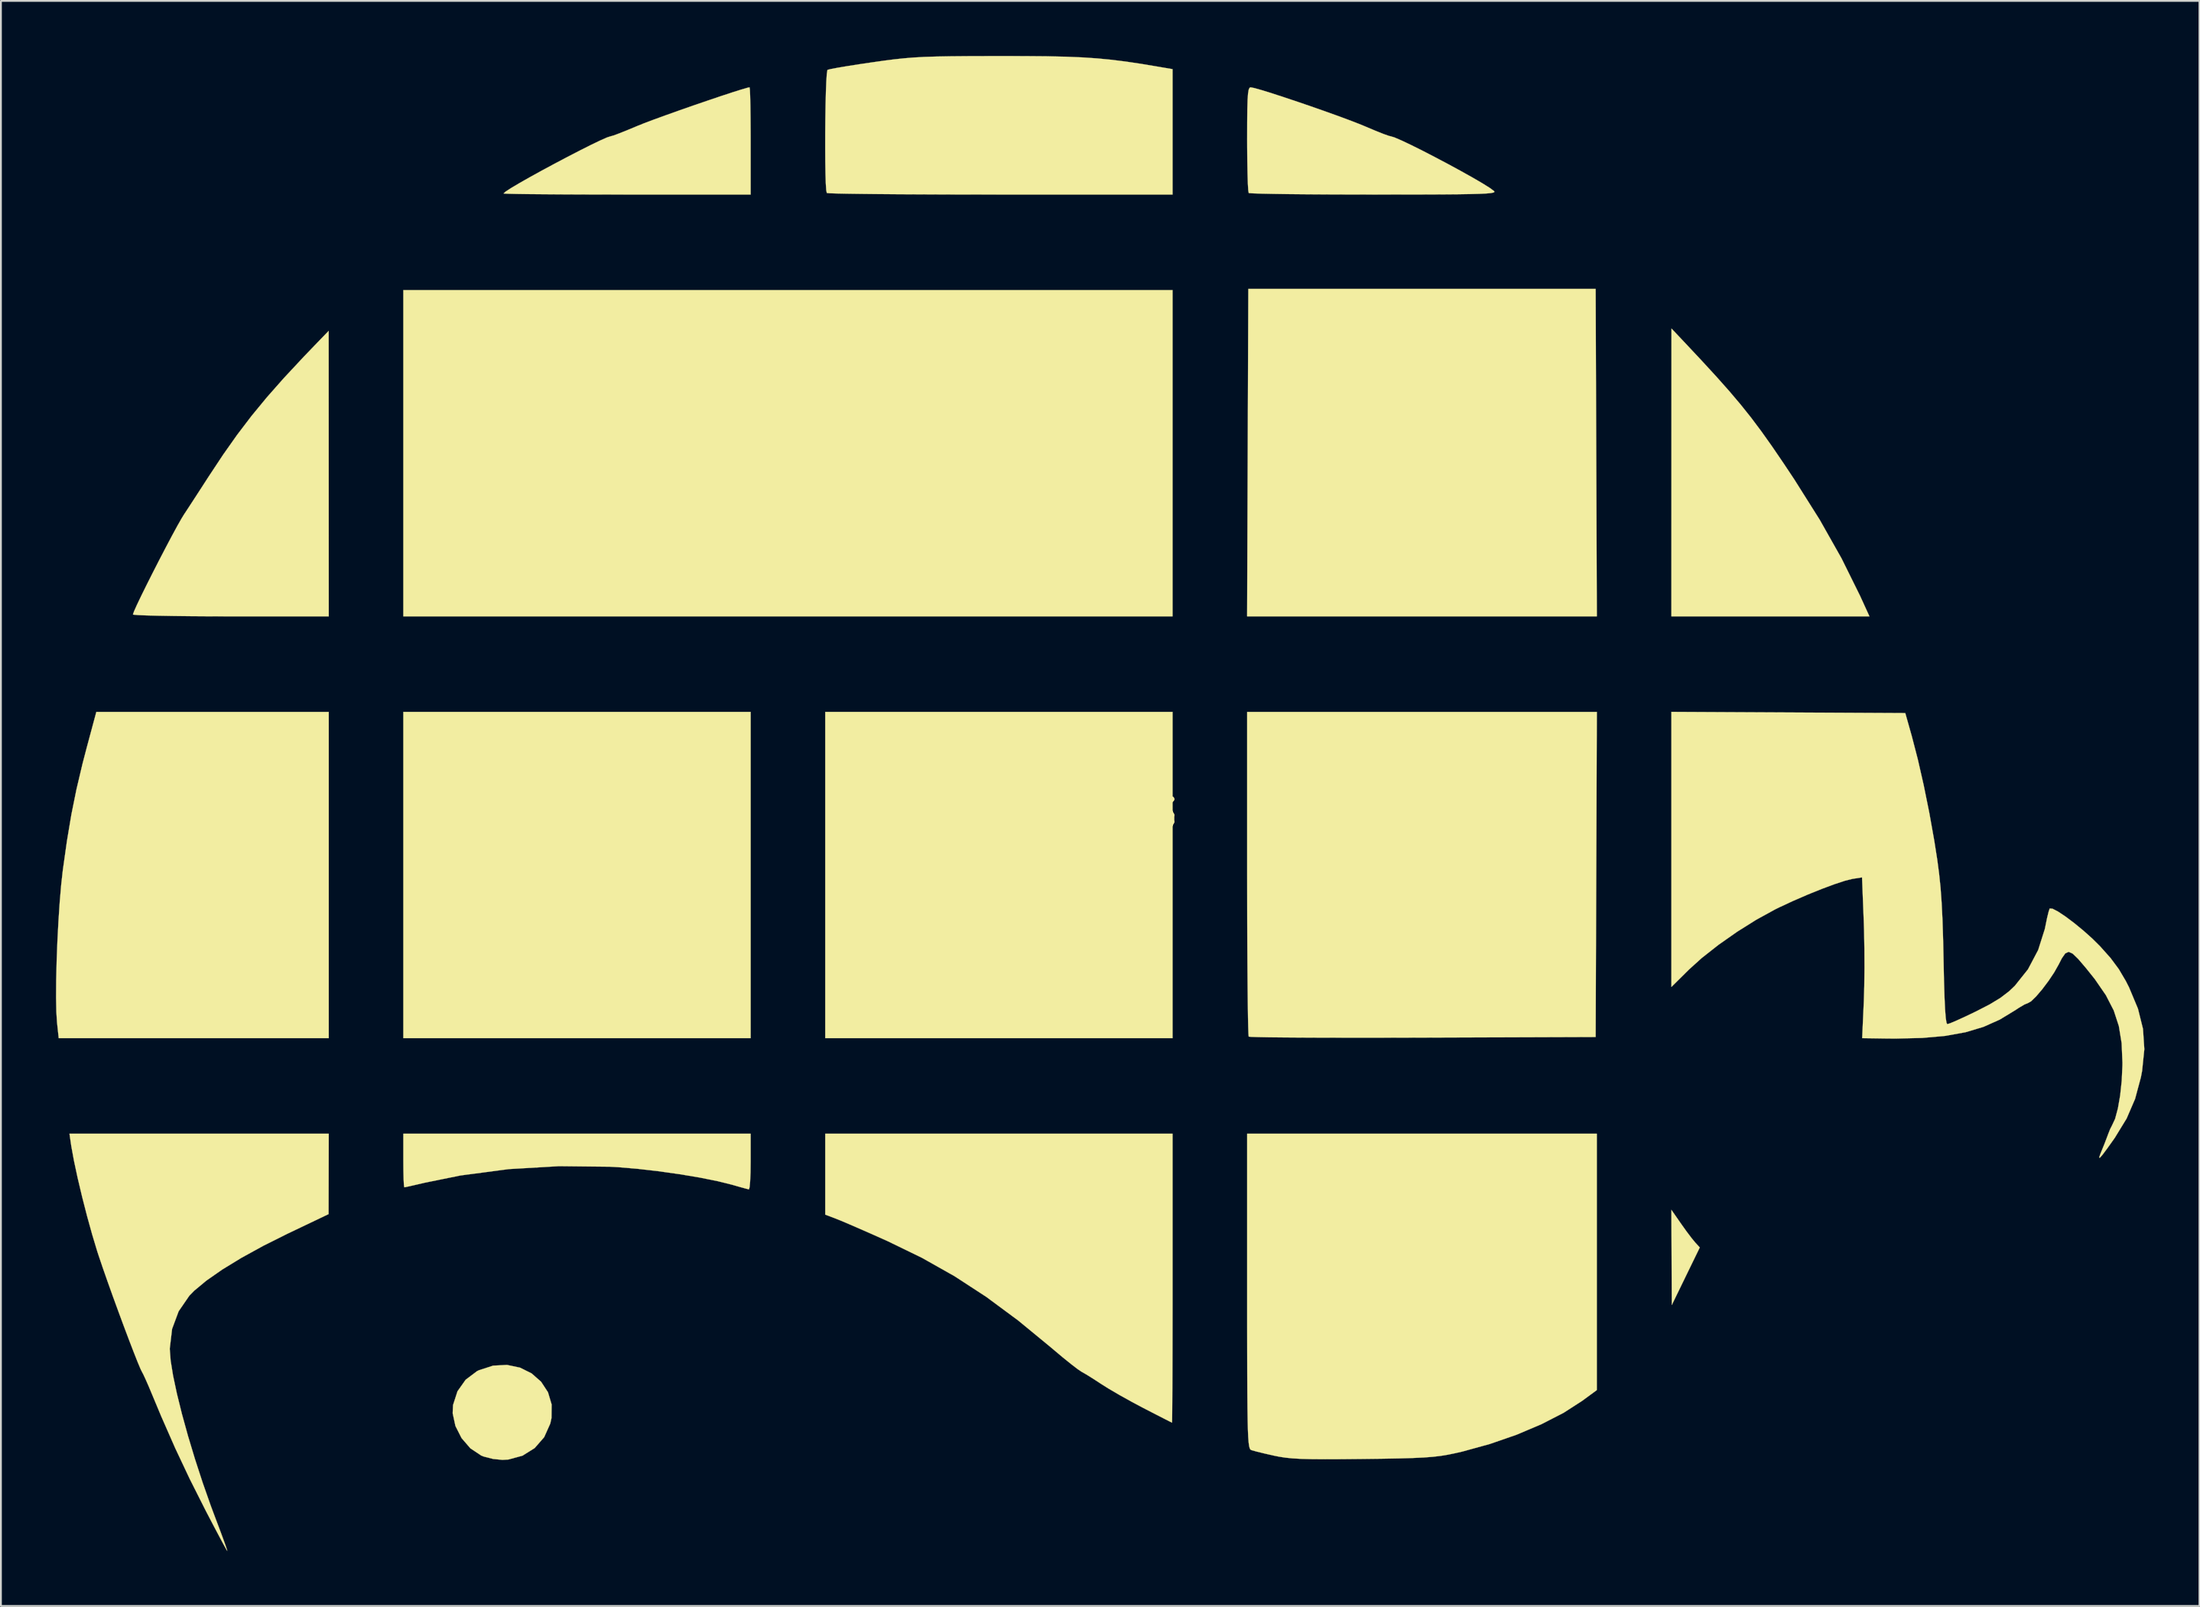
<source format=kicad_pcb>
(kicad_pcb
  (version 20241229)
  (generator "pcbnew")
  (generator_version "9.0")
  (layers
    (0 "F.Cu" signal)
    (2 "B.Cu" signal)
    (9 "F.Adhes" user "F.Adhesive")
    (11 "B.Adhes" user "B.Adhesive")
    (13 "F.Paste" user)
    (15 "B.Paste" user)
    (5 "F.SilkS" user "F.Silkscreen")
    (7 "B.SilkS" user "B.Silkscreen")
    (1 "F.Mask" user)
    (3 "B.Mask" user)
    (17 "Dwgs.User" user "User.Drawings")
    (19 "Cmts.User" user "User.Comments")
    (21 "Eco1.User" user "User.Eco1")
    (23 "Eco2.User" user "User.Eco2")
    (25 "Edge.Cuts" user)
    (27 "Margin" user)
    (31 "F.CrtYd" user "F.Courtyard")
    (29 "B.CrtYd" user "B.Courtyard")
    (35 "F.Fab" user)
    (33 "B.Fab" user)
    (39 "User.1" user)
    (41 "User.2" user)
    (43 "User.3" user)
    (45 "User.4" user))
  (footprint "biglogo3"
    (layer "F.Cu")
    (at 56.136 41.333)
    (property "Reference" "biglogo3" (at 0 0 0) (layer "F.SilkS") (effects (font (size 1.524 1.524) (thickness 0.3))))
    (attr through_hole)
    (fp_poly (pts (xy -18.288 12.192) (xy -37.211 12.192) (xy -37.211 -5.588) (xy -18.288 -5.588) (xy -18.288 12.192)) (stroke (width 0.01) (type solid)) (fill yes) (layer "F.SilkS"))
    (fp_poly (pts (xy 4.699 -10.795) (xy -37.211 -10.795) (xy -37.211 -28.575) (xy 4.699 -28.575) (xy 4.699 -10.795)) (stroke (width 0.01) (type solid)) (fill yes) (layer "F.SilkS"))
    (fp_poly (pts (xy 4.699 12.192) (xy -14.224 12.192) (xy -14.224 -5.588) (xy 4.699 -5.588) (xy 4.699 12.192)) (stroke (width 0.01) (type solid)) (fill yes) (layer "F.SilkS"))
    (fp_poly (pts (xy 27.782 -19.717) (xy 27.815 -10.795) (xy 8.761 -10.795) (xy 8.826 -28.639) (xy 27.75 -28.639) (xy 27.782 -19.717)) (stroke (width 0.01) (type solid)) (fill yes) (layer "F.SilkS"))
    (fp_poly (pts (xy 32.399 22.299) (xy 32.698 22.719) (xy 32.978 23.089) (xy 33.172 23.325) (xy 33.423 23.599) (xy 32.661 25.166) (xy 31.899 26.733) (xy 31.888 24.141) (xy 31.877 21.548) (xy 32.399 22.299)) (stroke (width 0.01) (type solid)) (fill yes) (layer "F.SilkS"))
    (fp_poly (pts (xy 32.546 -25.776) (xy 33.51 -24.748) (xy 34.327 -23.859) (xy 35.03 -23.068) (xy 35.651 -22.334) (xy 36.224 -21.617) (xy 36.78 -20.874) (xy 37.354 -20.066) (xy 37.977 -19.152) (xy 38.576 -18.251) (xy 39.957 -16.059) (xy 41.145 -13.956) (xy 42.162 -11.9) (xy 42.217 -11.779) (xy 42.666 -10.795) (xy 31.877 -10.795) (xy 31.882 -26.48) (xy 32.546 -25.776)) (stroke (width 0.01) (type solid)) (fill yes) (layer "F.SilkS"))
    (fp_poly (pts (xy -41.275 12.192) (xy -55.987 12.192) (xy -56.079 11.335) (xy -56.116 10.761) (xy -56.131 9.983) (xy -56.125 9.053) (xy -56.1 8.018) (xy -56.059 6.93) (xy -56.002 5.837) (xy -55.933 4.79) (xy -55.852 3.838) (xy -55.764 3.045) (xy -55.538 1.441) (xy -55.296 -0.001) (xy -55.019 -1.371) (xy -54.69 -2.762) (xy -54.458 -3.651) (xy -53.937 -5.588) (xy -41.275 -5.588) (xy -41.275 12.192)) (stroke (width 0.01) (type solid)) (fill yes) (layer "F.SilkS"))
    (fp_poly (pts (xy 27.75 12.129) (xy 18.342 12.161) (xy 16.818 12.165) (xy 15.369 12.167) (xy 14.014 12.166) (xy 12.774 12.164) (xy 11.667 12.159) (xy 10.715 12.152) (xy 9.937 12.144) (xy 9.353 12.133) (xy 8.984 12.121) (xy 8.848 12.108) (xy 8.834 11.97) (xy 8.821 11.599) (xy 8.808 11.014) (xy 8.797 10.238) (xy 8.787 9.291) (xy 8.778 8.193) (xy 8.771 6.965) (xy 8.766 5.629) (xy 8.764 4.203) (xy 8.763 3.217) (xy 8.763 -5.588) (xy 27.815 -5.588) (xy 27.75 12.129)) (stroke (width 0.01) (type solid)) (fill yes) (layer "F.SilkS"))
    (fp_poly (pts (xy -30.853 30.148) (xy -30.223 30.461) (xy -29.705 30.916) (xy -29.33 31.489) (xy -29.131 32.156) (xy -29.139 32.893) (xy -29.206 33.197) (xy -29.537 33.936) (xy -30.054 34.529) (xy -30.718 34.945) (xy -31.488 35.154) (xy -31.814 35.173) (xy -32.319 35.123) (xy -32.821 34.995) (xy -32.965 34.939) (xy -33.558 34.545) (xy -34.039 33.986) (xy -34.373 33.327) (xy -34.523 32.631) (xy -34.503 32.185) (xy -34.261 31.435) (xy -33.816 30.806) (xy -33.2 30.342) (xy -33.099 30.291) (xy -32.322 30.039) (xy -31.563 29.999) (xy -30.853 30.148)) (stroke (width 0.01) (type solid)) (fill yes) (layer "F.SilkS"))
    (fp_poly (pts (xy -18.288 18.923) (xy -18.295 19.51) (xy -18.316 19.989) (xy -18.346 20.313) (xy -18.382 20.433) (xy -18.383 20.433) (xy -18.546 20.392) (xy -18.879 20.301) (xy -19.304 20.179) (xy -20.089 19.984) (xy -21.061 19.789) (xy -22.155 19.606) (xy -23.304 19.444) (xy -24.441 19.313) (xy -25.501 19.223) (xy -25.949 19.198) (xy -28.731 19.168) (xy -31.465 19.328) (xy -34.102 19.676) (xy -36.046 20.07) (xy -36.531 20.183) (xy -36.912 20.27) (xy -37.13 20.316) (xy -37.158 20.32) (xy -37.179 20.201) (xy -37.196 19.879) (xy -37.207 19.403) (xy -37.211 18.86) (xy -37.211 17.399) (xy -18.288 17.399) (xy -18.288 18.923)) (stroke (width 0.01) (type solid)) (fill yes) (layer "F.SilkS"))
    (fp_poly (pts (xy -41.277 -18.574) (xy -41.275 -10.795) (xy -46.609 -10.795) (xy -47.745 -10.797) (xy -48.799 -10.804) (xy -49.743 -10.815) (xy -50.553 -10.829) (xy -51.201 -10.845) (xy -51.661 -10.865) (xy -51.908 -10.886) (xy -51.943 -10.897) (xy -51.886 -11.062) (xy -51.73 -11.412) (xy -51.494 -11.907) (xy -51.198 -12.507) (xy -50.862 -13.175) (xy -50.507 -13.869) (xy -50.152 -14.552) (xy -49.818 -15.183) (xy -49.524 -15.724) (xy -49.291 -16.134) (xy -49.174 -16.325) (xy -48.899 -16.744) (xy -48.538 -17.299) (xy -48.14 -17.913) (xy -47.816 -18.415) (xy -47.026 -19.609) (xy -46.262 -20.692) (xy -45.482 -21.716) (xy -44.646 -22.731) (xy -43.712 -23.789) (xy -42.639 -24.939) (xy -42.198 -25.399) (xy -41.279 -26.352) (xy -41.277 -18.574)) (stroke (width 0.01) (type solid)) (fill yes) (layer "F.SilkS"))
    (fp_poly (pts (xy 4.699 25.273) (xy 4.699 26.661) (xy 4.697 27.971) (xy 4.695 29.181) (xy 4.692 30.27) (xy 4.688 31.216) (xy 4.684 31.998) (xy 4.679 32.593) (xy 4.674 32.981) (xy 4.668 33.14) (xy 4.667 33.142) (xy 4.549 33.086) (xy 4.248 32.933) (xy 3.806 32.707) (xy 3.265 32.428) (xy 3.111 32.349) (xy 2.462 32.003) (xy 1.815 31.643) (xy 1.246 31.311) (xy 0.829 31.05) (xy 0.826 31.048) (xy 0.396 30.767) (xy 0.007 30.524) (xy -0.254 30.374) (xy -0.466 30.233) (xy -0.822 29.96) (xy -1.277 29.593) (xy -1.786 29.166) (xy -1.905 29.064) (xy -3.706 27.582) (xy -5.446 26.294) (xy -7.177 25.166) (xy -8.951 24.165) (xy -10.818 23.257) (xy -10.858 23.239) (xy -11.59 22.912) (xy -12.285 22.606) (xy -12.893 22.342) (xy -13.363 22.142) (xy -13.621 22.038) (xy -14.224 21.809) (xy -14.224 17.399) (xy 4.699 17.399) (xy 4.699 25.273)) (stroke (width 0.01) (type solid)) (fill yes) (layer "F.SilkS"))
    (fp_poly (pts (xy 27.813 31.37) (xy 27.019 31.954) (xy 26.01 32.605) (xy 24.799 33.228) (xy 23.44 33.804) (xy 21.985 34.308) (xy 20.486 34.721) (xy 20.088 34.812) (xy 19.697 34.892) (xy 19.307 34.956) (xy 18.882 35.006) (xy 18.385 35.044) (xy 17.779 35.072) (xy 17.026 35.094) (xy 16.09 35.111) (xy 15.05 35.124) (xy 13.917 35.135) (xy 13.004 35.138) (xy 12.275 35.133) (xy 11.695 35.118) (xy 11.229 35.091) (xy 10.842 35.052) (xy 10.5 34.999) (xy 10.217 34.942) (xy 9.712 34.827) (xy 9.286 34.723) (xy 9.014 34.647) (xy 8.979 34.635) (xy 8.936 34.605) (xy 8.9 34.537) (xy 8.869 34.415) (xy 8.843 34.22) (xy 8.821 33.934) (xy 8.804 33.539) (xy 8.791 33.019) (xy 8.78 32.354) (xy 8.773 31.526) (xy 8.768 30.519) (xy 8.765 29.314) (xy 8.763 27.893) (xy 8.763 26.239) (xy 8.763 25.975) (xy 8.763 17.399) (xy 27.813 17.399) (xy 27.813 31.37)) (stroke (width 0.01) (type solid)) (fill yes) (layer "F.SilkS"))
    (fp_poly (pts (xy -18.331 -39.503) (xy -18.316 -39.163) (xy -18.303 -38.641) (xy -18.294 -37.97) (xy -18.289 -37.188) (xy -18.288 -36.703) (xy -18.288 -33.782) (xy -25.019 -33.782) (xy -26.3 -33.783) (xy -27.501 -33.786) (xy -28.599 -33.791) (xy -29.57 -33.798) (xy -30.392 -33.805) (xy -31.04 -33.814) (xy -31.492 -33.825) (xy -31.724 -33.835) (xy -31.75 -33.841) (xy -31.642 -33.94) (xy -31.344 -34.134) (xy -30.892 -34.402) (xy -30.322 -34.726) (xy -29.671 -35.085) (xy -28.975 -35.46) (xy -28.272 -35.831) (xy -27.597 -36.18) (xy -26.987 -36.487) (xy -26.479 -36.731) (xy -26.108 -36.895) (xy -25.913 -36.957) (xy -25.909 -36.957) (xy -25.745 -37.004) (xy -25.402 -37.133) (xy -24.932 -37.322) (xy -24.478 -37.512) (xy -24.096 -37.666) (xy -23.557 -37.869) (xy -22.902 -38.107) (xy -22.17 -38.368) (xy -21.404 -38.636) (xy -20.642 -38.897) (xy -19.927 -39.139) (xy -19.299 -39.346) (xy -18.797 -39.504) (xy -18.464 -39.601) (xy -18.348 -39.624) (xy -18.331 -39.503)) (stroke (width 0.01) (type solid)) (fill yes) (layer "F.SilkS"))
    (fp_poly (pts (xy -3.357 -41.326) (xy -2.163 -41.316) (xy -1.136 -41.293) (xy -0.235 -41.256) (xy 0.585 -41.201) (xy 1.366 -41.126) (xy 2.151 -41.028) (xy 2.984 -40.904) (xy 3.905 -40.75) (xy 4.699 -40.614) (xy 4.699 -33.782) (xy -4.678 -33.782) (xy -6.199 -33.783) (xy -7.645 -33.786) (xy -8.997 -33.792) (xy -10.235 -33.798) (xy -11.339 -33.807) (xy -12.288 -33.817) (xy -13.062 -33.828) (xy -13.643 -33.84) (xy -14.008 -33.853) (xy -14.139 -33.867) (xy -14.17 -34.02) (xy -14.194 -34.384) (xy -14.211 -34.918) (xy -14.222 -35.579) (xy -14.226 -36.329) (xy -14.225 -37.124) (xy -14.218 -37.924) (xy -14.206 -38.688) (xy -14.188 -39.375) (xy -14.166 -39.943) (xy -14.139 -40.352) (xy -14.108 -40.559) (xy -14.098 -40.576) (xy -13.937 -40.618) (xy -13.567 -40.688) (xy -13.029 -40.779) (xy -12.366 -40.883) (xy -11.653 -40.988) (xy -11.017 -41.078) (xy -10.455 -41.15) (xy -9.928 -41.206) (xy -9.397 -41.249) (xy -8.823 -41.281) (xy -8.167 -41.302) (xy -7.391 -41.316) (xy -6.455 -41.324) (xy -5.321 -41.327) (xy -4.763 -41.328) (xy -3.357 -41.326)) (stroke (width 0.01) (type solid)) (fill yes) (layer "F.SilkS"))
    (fp_poly (pts (xy -41.284 21.78) (xy -43.534 22.854) (xy -44.847 23.511) (xy -46.036 24.165) (xy -47.075 24.8) (xy -47.938 25.401) (xy -48.599 25.95) (xy -48.871 26.228) (xy -49.453 27.076) (xy -49.81 28.037) (xy -49.936 29.099) (xy -49.936 29.146) (xy -49.889 29.764) (xy -49.757 30.582) (xy -49.549 31.563) (xy -49.274 32.673) (xy -48.942 33.875) (xy -48.562 35.134) (xy -48.145 36.414) (xy -47.7 37.68) (xy -47.46 38.322) (xy -47.224 38.947) (xy -47.027 39.478) (xy -46.884 39.875) (xy -46.811 40.098) (xy -46.805 40.132) (xy -46.872 40.025) (xy -47.036 39.726) (xy -47.28 39.27) (xy -47.586 38.691) (xy -47.934 38.024) (xy -47.977 37.941) (xy -48.847 36.215) (xy -49.64 34.534) (xy -50.408 32.786) (xy -50.867 31.686) (xy -51.078 31.182) (xy -51.262 30.763) (xy -51.391 30.487) (xy -51.431 30.416) (xy -51.523 30.233) (xy -51.685 29.848) (xy -51.902 29.299) (xy -52.162 28.624) (xy -52.449 27.861) (xy -52.75 27.047) (xy -53.051 26.221) (xy -53.337 25.42) (xy -53.595 24.682) (xy -53.81 24.046) (xy -53.887 23.81) (xy -54.16 22.904) (xy -54.441 21.89) (xy -54.712 20.834) (xy -54.956 19.805) (xy -55.156 18.871) (xy -55.297 18.1) (xy -55.312 18.002) (xy -55.401 17.399) (xy -41.275 17.399) (xy -41.284 21.78)) (stroke (width 0.01) (type solid)) (fill yes) (layer "F.SilkS"))
    (fp_poly (pts (xy 9.163 -39.582) (xy 9.569 -39.467) (xy 10.133 -39.292) (xy 10.812 -39.07) (xy 11.567 -38.817) (xy 12.356 -38.546) (xy 13.138 -38.27) (xy 13.873 -38.005) (xy 14.52 -37.763) (xy 15.038 -37.559) (xy 15.23 -37.478) (xy 15.746 -37.26) (xy 16.181 -37.086) (xy 16.48 -36.98) (xy 16.577 -36.957) (xy 16.781 -36.897) (xy 17.165 -36.732) (xy 17.691 -36.483) (xy 18.318 -36.17) (xy 19.007 -35.814) (xy 19.718 -35.438) (xy 20.411 -35.061) (xy 21.047 -34.705) (xy 21.587 -34.39) (xy 21.989 -34.138) (xy 22.216 -33.97) (xy 22.22 -33.965) (xy 22.237 -33.925) (xy 22.184 -33.891) (xy 22.043 -33.862) (xy 21.796 -33.839) (xy 21.423 -33.821) (xy 20.907 -33.807) (xy 20.229 -33.796) (xy 19.369 -33.789) (xy 18.309 -33.785) (xy 17.031 -33.783) (xy 15.669 -33.782) (xy 14.385 -33.784) (xy 13.177 -33.788) (xy 12.07 -33.795) (xy 11.088 -33.804) (xy 10.254 -33.816) (xy 9.593 -33.829) (xy 9.127 -33.844) (xy 8.881 -33.859) (xy 8.848 -33.867) (xy 8.823 -34.013) (xy 8.801 -34.376) (xy 8.784 -34.918) (xy 8.771 -35.602) (xy 8.764 -36.39) (xy 8.763 -36.788) (xy 8.765 -37.719) (xy 8.772 -38.426) (xy 8.787 -38.938) (xy 8.811 -39.285) (xy 8.846 -39.495) (xy 8.894 -39.598) (xy 8.954 -39.624) (xy 9.163 -39.582)) (stroke (width 0.01) (type solid)) (fill yes) (layer "F.SilkS"))
    (fp_poly (pts (xy 44.619 -5.524) (xy 44.977 -4.255) (xy 45.3 -3.01) (xy 45.623 -1.592) (xy 45.929 -0.082) (xy 46.2 1.439) (xy 46.363 2.477) (xy 46.461 3.222) (xy 46.54 3.983) (xy 46.6 4.81) (xy 46.647 5.751) (xy 46.682 6.858) (xy 46.704 7.906) (xy 46.728 9.053) (xy 46.756 9.959) (xy 46.788 10.636) (xy 46.825 11.099) (xy 46.867 11.358) (xy 46.91 11.429) (xy 47.074 11.376) (xy 47.416 11.231) (xy 47.887 11.016) (xy 48.439 10.752) (xy 48.477 10.734) (xy 49.23 10.345) (xy 49.806 9.995) (xy 50.271 9.639) (xy 50.583 9.345) (xy 51.302 8.444) (xy 51.859 7.39) (xy 52.221 6.247) (xy 52.253 6.093) (xy 52.345 5.643) (xy 52.429 5.299) (xy 52.486 5.131) (xy 52.489 5.126) (xy 52.645 5.139) (xy 52.945 5.295) (xy 53.352 5.566) (xy 53.824 5.921) (xy 54.323 6.33) (xy 54.807 6.763) (xy 55.223 7.175) (xy 55.804 7.826) (xy 56.25 8.426) (xy 56.633 9.075) (xy 56.81 9.423) (xy 57.296 10.584) (xy 57.57 11.686) (xy 57.643 12.794) (xy 57.522 13.977) (xy 57.456 14.324) (xy 57.138 15.506) (xy 56.679 16.57) (xy 56.035 17.622) (xy 55.988 17.689) (xy 55.605 18.226) (xy 55.352 18.564) (xy 55.216 18.715) (xy 55.184 18.692) (xy 55.246 18.506) (xy 55.309 18.352) (xy 55.481 17.928) (xy 55.633 17.529) (xy 55.657 17.462) (xy 55.778 17.154) (xy 55.88 16.954) (xy 56.052 16.587) (xy 56.204 16.02) (xy 56.327 15.311) (xy 56.412 14.515) (xy 56.45 13.687) (xy 56.452 13.525) (xy 56.407 12.462) (xy 56.256 11.535) (xy 55.978 10.684) (xy 55.549 9.85) (xy 54.945 8.973) (xy 54.462 8.369) (xy 54.045 7.881) (xy 53.744 7.589) (xy 53.521 7.487) (xy 53.336 7.572) (xy 53.151 7.837) (xy 52.972 8.185) (xy 52.729 8.615) (xy 52.418 9.079) (xy 52.079 9.529) (xy 51.751 9.914) (xy 51.474 10.183) (xy 51.29 10.287) (xy 51.287 10.287) (xy 51.12 10.354) (xy 50.825 10.527) (xy 50.597 10.677) (xy 49.766 11.181) (xy 48.881 11.576) (xy 47.907 11.868) (xy 46.808 12.067) (xy 45.547 12.18) (xy 44.089 12.215) (xy 43.583 12.211) (xy 42.271 12.192) (xy 42.361 10.186) (xy 42.386 9.346) (xy 42.397 8.351) (xy 42.392 7.299) (xy 42.373 6.291) (xy 42.357 5.805) (xy 42.264 3.43) (xy 41.738 3.513) (xy 41.332 3.613) (xy 40.753 3.804) (xy 40.054 4.065) (xy 39.287 4.375) (xy 38.507 4.713) (xy 37.767 5.057) (xy 37.516 5.181) (xy 36.506 5.736) (xy 35.459 6.393) (xy 34.444 7.105) (xy 33.532 7.822) (xy 32.84 8.447) (xy 31.877 9.401) (xy 31.877 -5.59) (xy 44.619 -5.524)) (stroke (width 0.01) (type solid)) (fill yes) (layer "F.SilkS")))
  (gr_rect
    (start -3 -3)
    (end 116.784 84.47)
    (stroke (width 0.1) (type default))
    (fill no)
    (layer "Edge.Cuts")))
</source>
